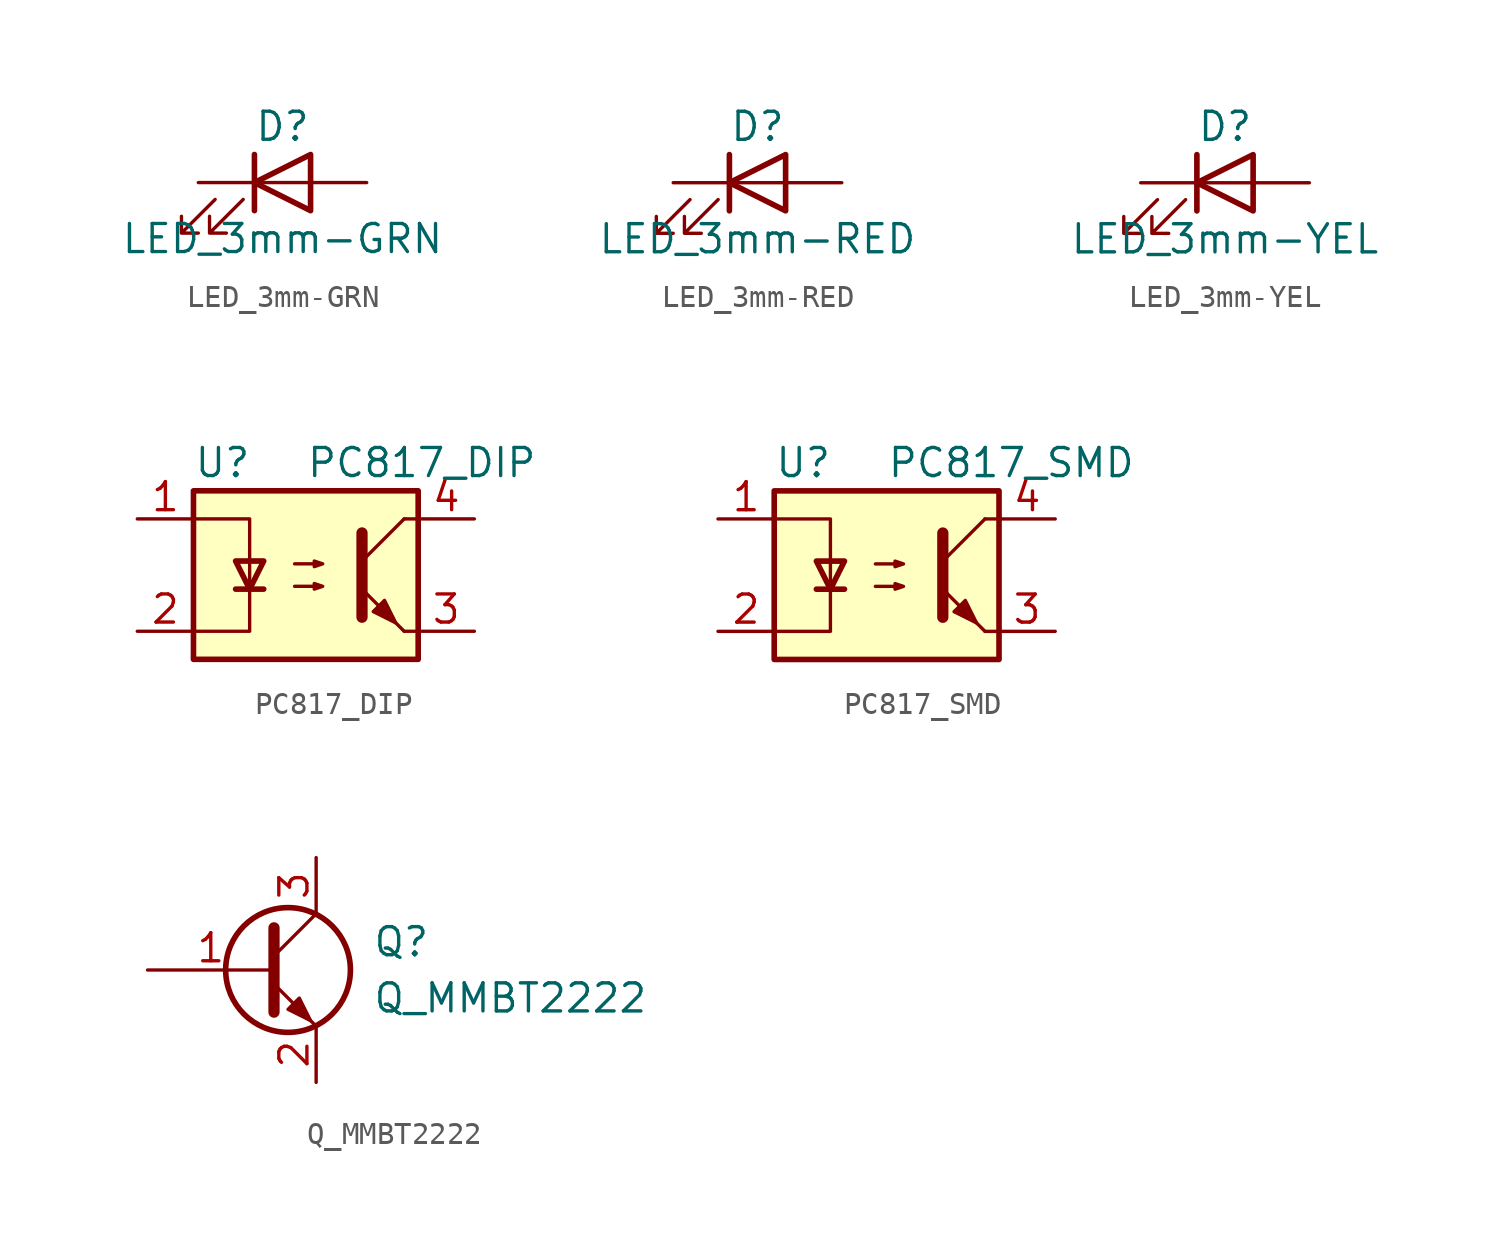
<source format=kicad_sym>
(kicad_symbol_lib
  (version 20211014)
  (generator kicad_symbol_editor)
  (symbol "LED_3mm-GRN"
    (pin_numbers hide)
    (pin_names
      (offset 1.016) hide)
    (property "Reference" "D"
      (at 0 2.54 0)
      (effects (font (size 1.27 1.27))))
    (property "Value" "LED_3mm-GRN"
      (at 0 -2.54 0)
      (effects (font (size 1.27 1.27))))
    (symbol "LED_3mm-GRN_0_1"
      (polyline (pts (xy -1.27 -1.27) (xy -1.27 1.27)) (stroke (width 0.254) (type default) (color 0 0 0 0)) (fill (type none)))
      (polyline (pts (xy -1.27 0) (xy 1.27 0)) (stroke (width 0) (type default) (color 0 0 0 0)) (fill (type none)))
      (polyline (pts (xy 1.27 -1.27) (xy 1.27 1.27) (xy -1.27 0) (xy 1.27 -1.27)) (stroke (width 0.254) (type default) (color 0 0 0 0)) (fill (type none)))
      (polyline (pts (xy -3.048 -0.762) (xy -4.572 -2.286) (xy -3.81 -2.286) (xy -4.572 -2.286) (xy -4.572 -1.524)) (stroke (width 0) (type default) (color 0 0 0 0)) (fill (type none)))
      (polyline (pts (xy -1.778 -0.762) (xy -3.302 -2.286) (xy -2.54 -2.286) (xy -3.302 -2.286) (xy -3.302 -1.524)) (stroke (width 0) (type default) (color 0 0 0 0)) (fill (type none))))
    (symbol "LED_3mm-GRN_1_1"
      (pin passive line (at -3.81 0 0) (length 2.54) (name "K" (effects (font (size 1.27 1.27)))) (number "1" (effects (font (size 1.27 1.27)))))
      (pin passive line (at 3.81 0 180) (length 2.54) (name "A" (effects (font (size 1.27 1.27)))) (number "2" (effects (font (size 1.27 1.27)))))))
  (symbol "LED_3mm-RED"
    (pin_numbers hide)
    (pin_names
      (offset 1.016) hide)
    (property "Reference" "D"
      (at 0 2.54 0)
      (effects (font (size 1.27 1.27))))
    (property "Value" "LED_3mm-RED"
      (at 0 -2.54 0)
      (effects (font (size 1.27 1.27))))
    (symbol "LED_3mm-RED_0_1"
      (polyline (pts (xy -1.27 -1.27) (xy -1.27 1.27)) (stroke (width 0.254) (type default) (color 0 0 0 0)) (fill (type none)))
      (polyline (pts (xy -1.27 0) (xy 1.27 0)) (stroke (width 0) (type default) (color 0 0 0 0)) (fill (type none)))
      (polyline (pts (xy 1.27 -1.27) (xy 1.27 1.27) (xy -1.27 0) (xy 1.27 -1.27)) (stroke (width 0.254) (type default) (color 0 0 0 0)) (fill (type none)))
      (polyline (pts (xy -3.048 -0.762) (xy -4.572 -2.286) (xy -3.81 -2.286) (xy -4.572 -2.286) (xy -4.572 -1.524)) (stroke (width 0) (type default) (color 0 0 0 0)) (fill (type none)))
      (polyline (pts (xy -1.778 -0.762) (xy -3.302 -2.286) (xy -2.54 -2.286) (xy -3.302 -2.286) (xy -3.302 -1.524)) (stroke (width 0) (type default) (color 0 0 0 0)) (fill (type none))))
    (symbol "LED_3mm-RED_1_1"
      (pin passive line (at -3.81 0 0) (length 2.54) (name "K" (effects (font (size 1.27 1.27)))) (number "1" (effects (font (size 1.27 1.27)))))
      (pin passive line (at 3.81 0 180) (length 2.54) (name "A" (effects (font (size 1.27 1.27)))) (number "2" (effects (font (size 1.27 1.27)))))))
  (symbol "LED_3mm-YEL"
    (pin_numbers hide)
    (pin_names
      (offset 1.016) hide)
    (property "Reference" "D"
      (at 0 2.54 0)
      (effects (font (size 1.27 1.27))))
    (property "Value" "LED_3mm-YEL"
      (at 0 -2.54 0)
      (effects (font (size 1.27 1.27))))
    (symbol "LED_3mm-YEL_0_1"
      (polyline (pts (xy -1.27 -1.27) (xy -1.27 1.27)) (stroke (width 0.254) (type default) (color 0 0 0 0)) (fill (type none)))
      (polyline (pts (xy -1.27 0) (xy 1.27 0)) (stroke (width 0) (type default) (color 0 0 0 0)) (fill (type none)))
      (polyline (pts (xy 1.27 -1.27) (xy 1.27 1.27) (xy -1.27 0) (xy 1.27 -1.27)) (stroke (width 0.254) (type default) (color 0 0 0 0)) (fill (type none)))
      (polyline (pts (xy -3.048 -0.762) (xy -4.572 -2.286) (xy -3.81 -2.286) (xy -4.572 -2.286) (xy -4.572 -1.524)) (stroke (width 0) (type default) (color 0 0 0 0)) (fill (type none)))
      (polyline (pts (xy -1.778 -0.762) (xy -3.302 -2.286) (xy -2.54 -2.286) (xy -3.302 -2.286) (xy -3.302 -1.524)) (stroke (width 0) (type default) (color 0 0 0 0)) (fill (type none))))
    (symbol "LED_3mm-YEL_1_1"
      (pin passive line (at -3.81 0 0) (length 2.54) (name "K" (effects (font (size 1.27 1.27)))) (number "1" (effects (font (size 1.27 1.27)))))
      (pin passive line (at 3.81 0 180) (length 2.54) (name "A" (effects (font (size 1.27 1.27)))) (number "2" (effects (font (size 1.27 1.27)))))))
  (symbol "PC817_DIP"
    (pin_names
      (offset 1.016))
    (property "Reference" "U"
      (at -5.08 5.08 0)
      (effects (font (size 1.27 1.27)) (justify left)))
    (property "Value" "PC817_DIP"
      (at 0 5.08 0)
      (effects (font (size 1.27 1.27)) (justify left)))
    (symbol "PC817_DIP_0_1"
      (rectangle (start -5.08 3.81) (end 5.08 -3.81) (stroke (width 0.254) (type default) (color 0 0 0 0)) (fill (type background)))
      (polyline (pts (xy -3.175 -0.635) (xy -1.905 -0.635)) (stroke (width 0.254) (type default) (color 0 0 0 0)) (fill (type none)))
      (polyline (pts (xy 2.54 0.635) (xy 4.445 2.54)) (stroke (width 0) (type default) (color 0 0 0 0)) (fill (type none)))
      (polyline (pts (xy 4.445 -2.54) (xy 2.54 -0.635)) (stroke (width 0) (type default) (color 0 0 0 0)) (fill (type outline)))
      (polyline (pts (xy 4.445 -2.54) (xy 5.08 -2.54)) (stroke (width 0) (type default) (color 0 0 0 0)) (fill (type none)))
      (polyline (pts (xy 4.445 2.54) (xy 5.08 2.54)) (stroke (width 0) (type default) (color 0 0 0 0)) (fill (type none)))
      (polyline (pts (xy -5.08 2.54) (xy -2.54 2.54) (xy -2.54 -0.635)) (stroke (width 0) (type default) (color 0 0 0 0)) (fill (type none)))
      (polyline (pts (xy -2.54 -0.635) (xy -2.54 -2.54) (xy -5.08 -2.54)) (stroke (width 0) (type default) (color 0 0 0 0)) (fill (type none)))
      (polyline (pts (xy 2.54 1.905) (xy 2.54 -1.905) (xy 2.54 -1.905)) (stroke (width 0.508) (type default) (color 0 0 0 0)) (fill (type none)))
      (polyline (pts (xy -2.54 -0.635) (xy -3.175 0.635) (xy -1.905 0.635) (xy -2.54 -0.635)) (stroke (width 0.254) (type default) (color 0 0 0 0)) (fill (type none)))
      (polyline (pts (xy -0.508 -0.508) (xy 0.762 -0.508) (xy 0.381 -0.635) (xy 0.381 -0.381) (xy 0.762 -0.508)) (stroke (width 0) (type default) (color 0 0 0 0)) (fill (type none)))
      (polyline (pts (xy -0.508 0.508) (xy 0.762 0.508) (xy 0.381 0.381) (xy 0.381 0.635) (xy 0.762 0.508)) (stroke (width 0) (type default) (color 0 0 0 0)) (fill (type none)))
      (polyline (pts (xy 3.048 -1.651) (xy 3.556 -1.143) (xy 4.064 -2.159) (xy 3.048 -1.651) (xy 3.048 -1.651)) (stroke (width 0) (type default) (color 0 0 0 0)) (fill (type outline))))
    (symbol "PC817_DIP_1_1"
      (pin passive line (at -7.62 2.54 0) (length 2.54) (name "~" (effects (font (size 1.27 1.27)))) (number "1" (effects (font (size 1.27 1.27)))))
      (pin passive line (at -7.62 -2.54 0) (length 2.54) (name "~" (effects (font (size 1.27 1.27)))) (number "2" (effects (font (size 1.27 1.27)))))
      (pin passive line (at 7.62 -2.54 180) (length 2.54) (name "~" (effects (font (size 1.27 1.27)))) (number "3" (effects (font (size 1.27 1.27)))))
      (pin passive line (at 7.62 2.54 180) (length 2.54) (name "~" (effects (font (size 1.27 1.27)))) (number "4" (effects (font (size 1.27 1.27)))))))
  (symbol "PC817_SMD"
    (pin_names
      (offset 1.016))
    (property "Reference" "U"
      (at -5.08 5.08 0)
      (effects (font (size 1.27 1.27)) (justify left)))
    (property "Value" "PC817_SMD"
      (at 0 5.08 0)
      (effects (font (size 1.27 1.27)) (justify left)))
    (symbol "PC817_SMD_0_1"
      (rectangle (start -5.08 3.81) (end 5.08 -3.81) (stroke (width 0.254) (type default) (color 0 0 0 0)) (fill (type background)))
      (polyline (pts (xy -3.175 -0.635) (xy -1.905 -0.635)) (stroke (width 0.254) (type default) (color 0 0 0 0)) (fill (type none)))
      (polyline (pts (xy 2.54 0.635) (xy 4.445 2.54)) (stroke (width 0) (type default) (color 0 0 0 0)) (fill (type none)))
      (polyline (pts (xy 4.445 -2.54) (xy 2.54 -0.635)) (stroke (width 0) (type default) (color 0 0 0 0)) (fill (type outline)))
      (polyline (pts (xy 4.445 -2.54) (xy 5.08 -2.54)) (stroke (width 0) (type default) (color 0 0 0 0)) (fill (type none)))
      (polyline (pts (xy 4.445 2.54) (xy 5.08 2.54)) (stroke (width 0) (type default) (color 0 0 0 0)) (fill (type none)))
      (polyline (pts (xy -5.08 2.54) (xy -2.54 2.54) (xy -2.54 -0.635)) (stroke (width 0) (type default) (color 0 0 0 0)) (fill (type none)))
      (polyline (pts (xy -2.54 -0.635) (xy -2.54 -2.54) (xy -5.08 -2.54)) (stroke (width 0) (type default) (color 0 0 0 0)) (fill (type none)))
      (polyline (pts (xy 2.54 1.905) (xy 2.54 -1.905) (xy 2.54 -1.905)) (stroke (width 0.508) (type default) (color 0 0 0 0)) (fill (type none)))
      (polyline (pts (xy -2.54 -0.635) (xy -3.175 0.635) (xy -1.905 0.635) (xy -2.54 -0.635)) (stroke (width 0.254) (type default) (color 0 0 0 0)) (fill (type none)))
      (polyline (pts (xy -0.508 -0.508) (xy 0.762 -0.508) (xy 0.381 -0.635) (xy 0.381 -0.381) (xy 0.762 -0.508)) (stroke (width 0) (type default) (color 0 0 0 0)) (fill (type none)))
      (polyline (pts (xy -0.508 0.508) (xy 0.762 0.508) (xy 0.381 0.381) (xy 0.381 0.635) (xy 0.762 0.508)) (stroke (width 0) (type default) (color 0 0 0 0)) (fill (type none)))
      (polyline (pts (xy 3.048 -1.651) (xy 3.556 -1.143) (xy 4.064 -2.159) (xy 3.048 -1.651) (xy 3.048 -1.651)) (stroke (width 0) (type default) (color 0 0 0 0)) (fill (type outline))))
    (symbol "PC817_SMD_1_1"
      (pin passive line (at -7.62 2.54 0) (length 2.54) (name "~" (effects (font (size 1.27 1.27)))) (number "1" (effects (font (size 1.27 1.27)))))
      (pin passive line (at -7.62 -2.54 0) (length 2.54) (name "~" (effects (font (size 1.27 1.27)))) (number "2" (effects (font (size 1.27 1.27)))))
      (pin passive line (at 7.62 -2.54 180) (length 2.54) (name "~" (effects (font (size 1.27 1.27)))) (number "3" (effects (font (size 1.27 1.27)))))
      (pin passive line (at 7.62 2.54 180) (length 2.54) (name "~" (effects (font (size 1.27 1.27)))) (number "4" (effects (font (size 1.27 1.27)))))))
  (symbol "Q_MMBT2222"
    (pin_names
      (offset 0) hide)
    (property "Reference" "Q"
      (at 5.08 1.27 0)
      (effects (font (size 1.27 1.27)) (justify left)))
    (property "Value" "Q_MMBT2222"
      (at 5.08 -1.27 0)
      (effects (font (size 1.27 1.27)) (justify left)))
    (symbol "Q_MMBT2222_0_1"
      (polyline (pts (xy 0.635 0.635) (xy 2.54 2.54)) (stroke (width 0) (type default) (color 0 0 0 0)) (fill (type none)))
      (polyline (pts (xy 0.635 -0.635) (xy 2.54 -2.54) (xy 2.54 -2.54)) (stroke (width 0) (type default) (color 0 0 0 0)) (fill (type none)))
      (polyline (pts (xy 0.635 1.905) (xy 0.635 -1.905) (xy 0.635 -1.905)) (stroke (width 0.508) (type default) (color 0 0 0 0)) (fill (type none)))
      (polyline (pts (xy 1.27 -1.778) (xy 1.778 -1.27) (xy 2.286 -2.286) (xy 1.27 -1.778) (xy 1.27 -1.778)) (stroke (width 0) (type default) (color 0 0 0 0)) (fill (type outline)))
      (circle (center 1.27 0) (radius 2.819) (stroke (width 0.254) (type default) (color 0 0 0 0)) (fill (type none))))
    (symbol "Q_MMBT2222_1_1"
      (pin input line (at -5.08 0 0) (length 5.715) (name "B" (effects (font (size 1.27 1.27)))) (number "1" (effects (font (size 1.27 1.27)))))
      (pin passive line (at 2.54 -5.08 90) (length 2.54) (name "E" (effects (font (size 1.27 1.27)))) (number "2" (effects (font (size 1.27 1.27)))))
      (pin passive line (at 2.54 5.08 270) (length 2.54) (name "C" (effects (font (size 1.27 1.27)))) (number "3" (effects (font (size 1.27 1.27))))))))
</source>
